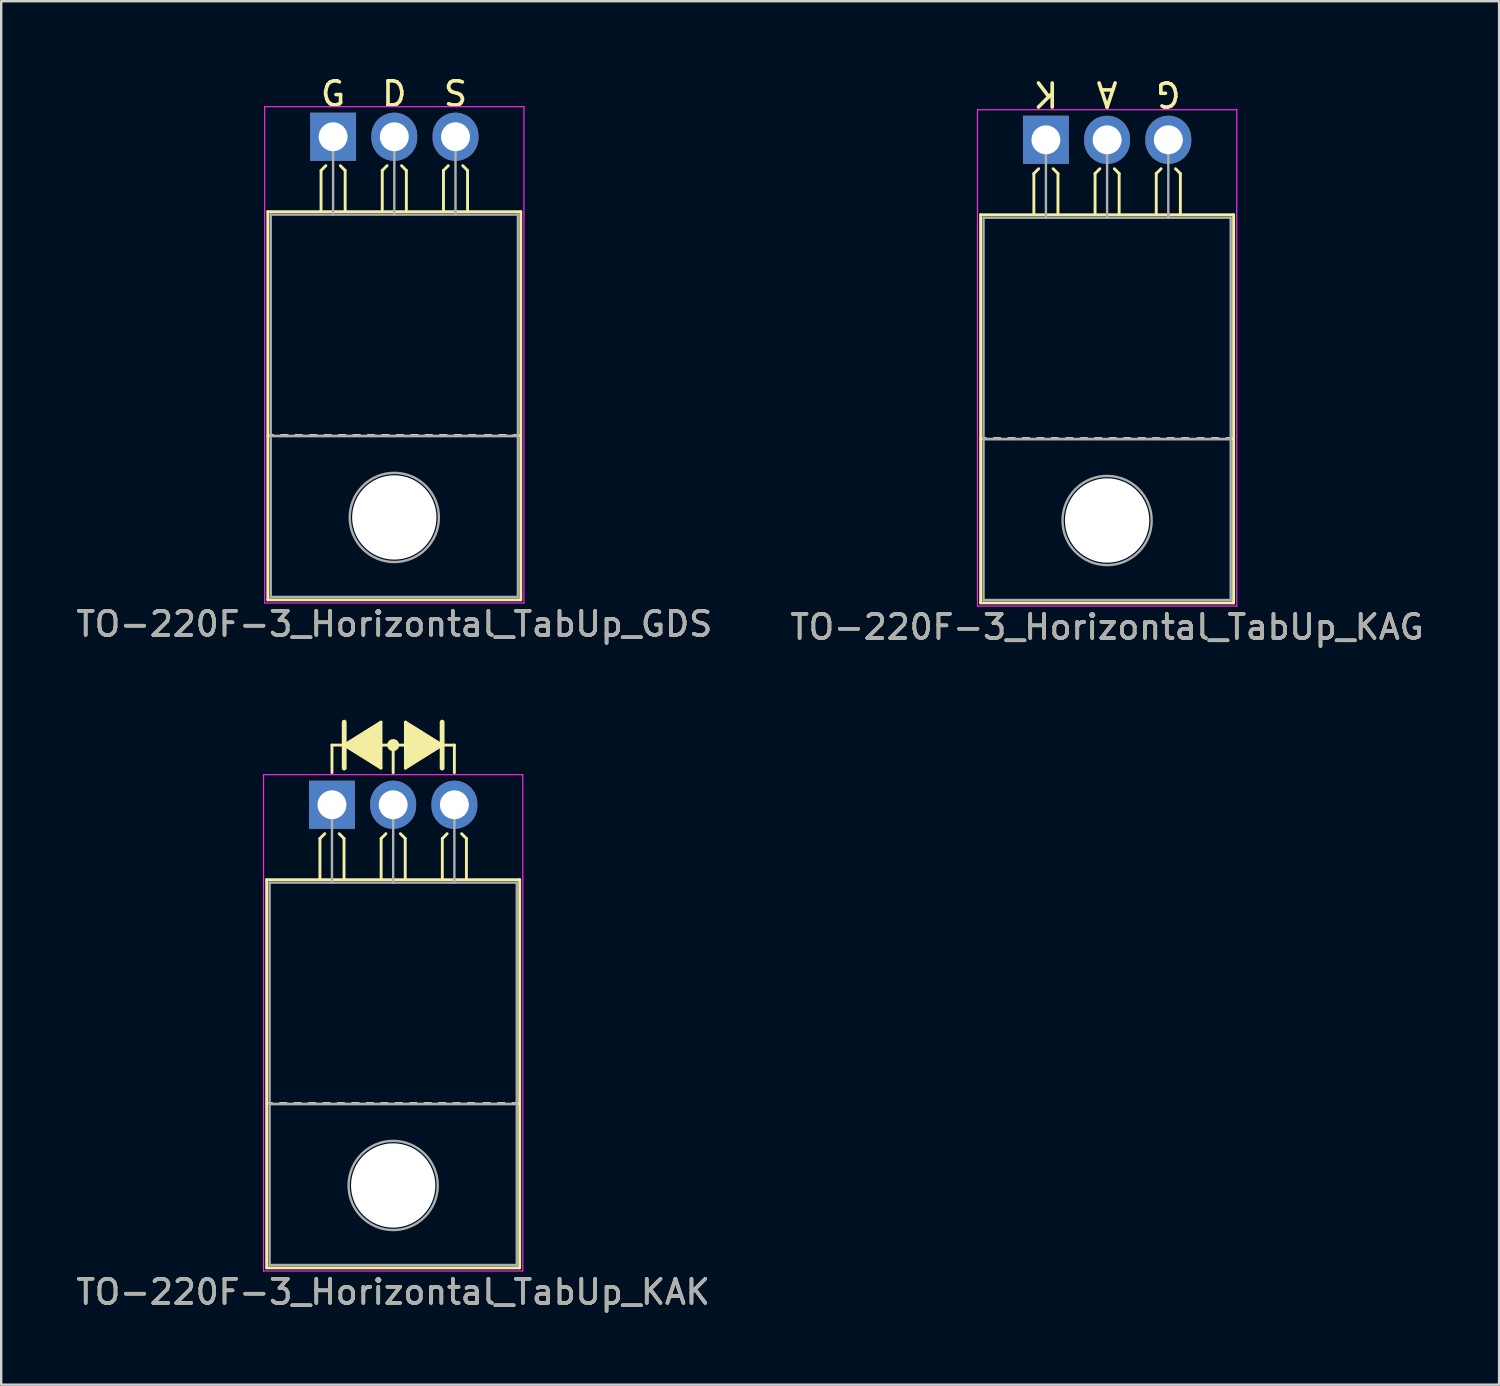
<source format=kicad_pcb>
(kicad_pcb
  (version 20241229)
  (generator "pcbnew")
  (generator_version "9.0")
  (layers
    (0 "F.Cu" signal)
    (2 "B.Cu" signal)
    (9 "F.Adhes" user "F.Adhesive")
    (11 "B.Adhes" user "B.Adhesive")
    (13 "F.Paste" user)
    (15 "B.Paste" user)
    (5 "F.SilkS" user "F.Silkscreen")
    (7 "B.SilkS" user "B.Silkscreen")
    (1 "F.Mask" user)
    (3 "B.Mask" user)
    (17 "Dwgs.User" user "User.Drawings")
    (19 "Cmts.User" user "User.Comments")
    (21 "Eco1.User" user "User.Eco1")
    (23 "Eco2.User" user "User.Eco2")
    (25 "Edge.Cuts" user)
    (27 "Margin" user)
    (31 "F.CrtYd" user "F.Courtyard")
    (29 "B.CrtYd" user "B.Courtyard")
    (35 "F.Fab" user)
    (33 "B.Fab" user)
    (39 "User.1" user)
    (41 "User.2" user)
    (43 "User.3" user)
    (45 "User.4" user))
  (footprint "TO-220F-3_Horizontal_TabUp_KAG"
    (layer "F.Cu")
    (at 40.359 2.753)
    (property "Reference" "TO-220F-3_Horizontal_TabUp_KAG" (at 2.54 20.22 0) (layer "F.SilkS") (effects (font (size 1 1) (thickness 0.15))))
    (fp_line (start -2.71 19.22) (end -2.71 3.11) (stroke (width 0.12) (type solid)) (layer "F.SilkS"))
    (fp_line (start -2.5 12.4) (end -2.7 12.4) (stroke (width 0.12) (type solid)) (layer "F.SilkS"))
    (fp_line (start -1.9 12.4) (end -2.15 12.4) (stroke (width 0.12) (type solid)) (layer "F.SilkS"))
    (fp_line (start -1.3 12.4) (end -1.55 12.4) (stroke (width 0.12) (type solid)) (layer "F.SilkS"))
    (fp_line (start -0.7 12.4) (end -0.95 12.4) (stroke (width 0.12) (type solid)) (layer "F.SilkS"))
    (fp_line (start -0.5 1.4) (end -0.3 1.2) (stroke (width 0.12) (type solid)) (layer "F.SilkS"))
    (fp_line (start -0.5 3.048) (end -0.5 1.4) (stroke (width 0.12) (type solid)) (layer "F.SilkS"))
    (fp_line (start -0.1 12.4) (end -0.35 12.4) (stroke (width 0.12) (type solid)) (layer "F.SilkS"))
    (fp_line (start 0.5 1.4) (end 0.3 1.2) (stroke (width 0.12) (type solid)) (layer "F.SilkS"))
    (fp_line (start 0.5 3.048) (end 0.5 1.4) (stroke (width 0.12) (type solid)) (layer "F.SilkS"))
    (fp_line (start 0.5 12.4) (end 0.25 12.4) (stroke (width 0.12) (type solid)) (layer "F.SilkS"))
    (fp_line (start 1.1 12.4) (end 0.85 12.4) (stroke (width 0.12) (type solid)) (layer "F.SilkS"))
    (fp_line (start 1.7 12.4) (end 1.45 12.4) (stroke (width 0.12) (type solid)) (layer "F.SilkS"))
    (fp_line (start 2.04 1.4) (end 2.24 1.2) (stroke (width 0.12) (type solid)) (layer "F.SilkS"))
    (fp_line (start 2.04 3.048) (end 2.04 1.4) (stroke (width 0.12) (type solid)) (layer "F.SilkS"))
    (fp_line (start 2.3 12.4) (end 2.05 12.4) (stroke (width 0.12) (type solid)) (layer "F.SilkS"))
    (fp_line (start 2.9 12.4) (end 2.65 12.4) (stroke (width 0.12) (type solid)) (layer "F.SilkS"))
    (fp_line (start 3.04 1.4) (end 2.84 1.2) (stroke (width 0.12) (type solid)) (layer "F.SilkS"))
    (fp_line (start 3.04 3.048) (end 3.04 1.4) (stroke (width 0.12) (type solid)) (layer "F.SilkS"))
    (fp_line (start 3.5 12.4) (end 3.25 12.4) (stroke (width 0.12) (type solid)) (layer "F.SilkS"))
    (fp_line (start 4.1 12.4) (end 3.85 12.4) (stroke (width 0.12) (type solid)) (layer "F.SilkS"))
    (fp_line (start 4.58 1.4) (end 4.78 1.2) (stroke (width 0.12) (type solid)) (layer "F.SilkS"))
    (fp_line (start 4.58 3.048) (end 4.58 1.4) (stroke (width 0.12) (type solid)) (layer "F.SilkS"))
    (fp_line (start 4.7 12.4) (end 4.45 12.4) (stroke (width 0.12) (type solid)) (layer "F.SilkS"))
    (fp_line (start 5.3 12.4) (end 5.05 12.4) (stroke (width 0.12) (type solid)) (layer "F.SilkS"))
    (fp_line (start 5.58 1.4) (end 5.38 1.2) (stroke (width 0.12) (type solid)) (layer "F.SilkS"))
    (fp_line (start 5.58 3.048) (end 5.58 1.4) (stroke (width 0.12) (type solid)) (layer "F.SilkS"))
    (fp_line (start 5.9 12.4) (end 5.65 12.4) (stroke (width 0.12) (type solid)) (layer "F.SilkS"))
    (fp_line (start 6.55 12.4) (end 6.3 12.4) (stroke (width 0.12) (type solid)) (layer "F.SilkS"))
    (fp_line (start 7.15 12.4) (end 6.9 12.4) (stroke (width 0.12) (type solid)) (layer "F.SilkS"))
    (fp_line (start 7.75 12.4) (end 7.5 12.4) (stroke (width 0.12) (type solid)) (layer "F.SilkS"))
    (fp_line (start 7.79 3.11) (end -2.71 3.11) (stroke (width 0.12) (type solid)) (layer "F.SilkS"))
    (fp_line (start 7.79 19.22) (end -2.71 19.22) (stroke (width 0.12) (type solid)) (layer "F.SilkS"))
    (fp_line (start 7.79 19.22) (end 7.79 3.11) (stroke (width 0.12) (type solid)) (layer "F.SilkS"))
    (fp_line (start -2.84 -1.25) (end -2.84 19.35) (stroke (width 0.05) (type solid)) (layer "F.CrtYd"))
    (fp_line (start -2.84 19.35) (end 7.92 19.35) (stroke (width 0.05) (type solid)) (layer "F.CrtYd"))
    (fp_line (start 7.92 -1.25) (end -2.84 -1.25) (stroke (width 0.05) (type solid)) (layer "F.CrtYd"))
    (fp_line (start 7.92 19.35) (end 7.92 -1.25) (stroke (width 0.05) (type solid)) (layer "F.CrtYd"))
    (fp_line (start -2.59 3.23) (end -2.59 12.42) (stroke (width 0.1) (type solid)) (layer "F.Fab"))
    (fp_line (start -2.59 12.42) (end -2.59 19.1) (stroke (width 0.1) (type solid)) (layer "F.Fab"))
    (fp_line (start -2.59 12.42) (end 7.67 12.42) (stroke (width 0.1) (type solid)) (layer "F.Fab"))
    (fp_line (start -2.59 19.1) (end 7.67 19.1) (stroke (width 0.1) (type solid)) (layer "F.Fab"))
    (fp_line (start 0 3.23) (end 0 0) (stroke (width 0.1) (type solid)) (layer "F.Fab"))
    (fp_line (start 2.54 3.23) (end 2.54 0) (stroke (width 0.1) (type solid)) (layer "F.Fab"))
    (fp_line (start 5.08 3.23) (end 5.08 0) (stroke (width 0.1) (type solid)) (layer "F.Fab"))
    (fp_line (start 7.67 3.23) (end -2.59 3.23) (stroke (width 0.1) (type solid)) (layer "F.Fab"))
    (fp_line (start 7.67 12.42) (end -2.59 12.42) (stroke (width 0.1) (type solid)) (layer "F.Fab"))
    (fp_line (start 7.67 12.42) (end 7.67 3.23) (stroke (width 0.1) (type solid)) (layer "F.Fab"))
    (fp_line (start 7.67 19.1) (end 7.67 12.42) (stroke (width 0.1) (type solid)) (layer "F.Fab"))
    (fp_circle (center 2.54 15.8) (end 4.39 15.8) (stroke (width 0.1) (type solid)) (fill no) (layer "F.Fab"))
    (fp_text user "G" (at 5.08 -1.905 180) (unlocked yes) (layer "F.SilkS") (effects (font (size 1 1) (thickness 0.15))))
    (fp_text user "A" (at 2.54 -1.905 180) (unlocked yes) (layer "F.SilkS") (effects (font (size 1 1) (thickness 0.15))))
    (fp_text user "K" (at 0 -1.905 180) (unlocked yes) (layer "F.SilkS") (effects (font (size 1 1) (thickness 0.15))))
    (fp_text user "${REFERENCE}" (at 2.54 20.22 0) (layer "F.Fab") (effects (font (size 1 1) (thickness 0.15))))
    (pad "" np_thru_hole oval (at 2.54 15.8) (size 3.5 3.5) (drill 3.5) (layers "*.Cu" "*.Mask"))
    (pad "1" thru_hole rect (at 0 0) (size 1.905 2) (drill 1.2) (layers "*.Cu" "*.Mask"))
    (pad "2" thru_hole oval (at 2.54 0) (size 1.905 2) (drill 1.2) (layers "*.Cu" "*.Mask"))
    (pad "3" thru_hole oval (at 5.08 0) (size 1.905 2) (drill 1.2) (layers "*.Cu" "*.Mask")))
  (footprint "TO-220F-3_Horizontal_TabUp_KAK"
    (layer "F.Cu")
    (at 10.728 30.351)
    (property "Reference" "TO-220F-3_Horizontal_TabUp_KAK" (at 2.54 20.22 0) (layer "F.SilkS") (effects (font (size 1 1) (thickness 0.15))))
    (attr through_hole)
    (fp_line (start -2.71 19.22) (end -2.71 3.11) (stroke (width 0.12) (type solid)) (layer "F.SilkS"))
    (fp_line (start -2.5 12.4) (end -2.7 12.4) (stroke (width 0.12) (type solid)) (layer "F.SilkS"))
    (fp_line (start -1.9 12.4) (end -2.15 12.4) (stroke (width 0.12) (type solid)) (layer "F.SilkS"))
    (fp_line (start -1.3 12.4) (end -1.55 12.4) (stroke (width 0.12) (type solid)) (layer "F.SilkS"))
    (fp_line (start -0.7 12.4) (end -0.95 12.4) (stroke (width 0.12) (type solid)) (layer "F.SilkS"))
    (fp_line (start -0.5 1.4) (end -0.3 1.2) (stroke (width 0.12) (type solid)) (layer "F.SilkS"))
    (fp_line (start -0.5 3.048) (end -0.5 1.4) (stroke (width 0.12) (type solid)) (layer "F.SilkS"))
    (fp_line (start -0.1 12.4) (end -0.35 12.4) (stroke (width 0.12) (type solid)) (layer "F.SilkS"))
    (fp_line (start 0 -2.477) (end 0.508 -2.477) (stroke (width 0.12) (type solid)) (layer "F.SilkS"))
    (fp_line (start 0 -1.333) (end 0 -2.477) (stroke (width 0.12) (type solid)) (layer "F.SilkS"))
    (fp_line (start 0.5 1.4) (end 0.3 1.2) (stroke (width 0.12) (type solid)) (layer "F.SilkS"))
    (fp_line (start 0.5 3.048) (end 0.5 1.4) (stroke (width 0.12) (type solid)) (layer "F.SilkS"))
    (fp_line (start 0.5 12.4) (end 0.25 12.4) (stroke (width 0.12) (type solid)) (layer "F.SilkS"))
    (fp_line (start 0.508 -3.429) (end 0.508 -1.524) (stroke (width 0.2) (type solid)) (layer "F.SilkS"))
    (fp_line (start 0.508 -2.477) (end 2.032 -1.524) (stroke (width 0.12) (type solid)) (layer "F.SilkS"))
    (fp_line (start 1.1 12.4) (end 0.85 12.4) (stroke (width 0.12) (type solid)) (layer "F.SilkS"))
    (fp_line (start 1.7 12.4) (end 1.45 12.4) (stroke (width 0.12) (type solid)) (layer "F.SilkS"))
    (fp_line (start 2.032 -3.429) (end 0.508 -2.477) (stroke (width 0.12) (type solid)) (layer "F.SilkS"))
    (fp_line (start 2.032 -1.524) (end 2.032 -3.429) (stroke (width 0.12) (type solid)) (layer "F.SilkS"))
    (fp_line (start 2.04 1.4) (end 2.24 1.2) (stroke (width 0.12) (type solid)) (layer "F.SilkS"))
    (fp_line (start 2.04 3.048) (end 2.04 1.4) (stroke (width 0.12) (type solid)) (layer "F.SilkS"))
    (fp_line (start 2.3 12.4) (end 2.05 12.4) (stroke (width 0.12) (type solid)) (layer "F.SilkS"))
    (fp_line (start 2.54 -2.477) (end 2.032 -2.477) (stroke (width 0.12) (type solid)) (layer "F.SilkS"))
    (fp_line (start 2.54 -2.477) (end 3.048 -2.477) (stroke (width 0.12) (type solid)) (layer "F.SilkS"))
    (fp_line (start 2.54 -1.333) (end 2.54 -2.477) (stroke (width 0.12) (type solid)) (layer "F.SilkS"))
    (fp_line (start 2.9 12.4) (end 2.65 12.4) (stroke (width 0.12) (type solid)) (layer "F.SilkS"))
    (fp_line (start 3.04 1.4) (end 2.84 1.2) (stroke (width 0.12) (type solid)) (layer "F.SilkS"))
    (fp_line (start 3.04 3.048) (end 3.04 1.4) (stroke (width 0.12) (type solid)) (layer "F.SilkS"))
    (fp_line (start 3.048 -3.239) (end 3.048 -3.429) (stroke (width 0.12) (type solid)) (layer "F.SilkS"))
    (fp_line (start 3.048 -3.239) (end 3.048 -1.714) (stroke (width 0.12) (type solid)) (layer "F.SilkS"))
    (fp_line (start 3.048 -1.714) (end 3.048 -1.524) (stroke (width 0.12) (type solid)) (layer "F.SilkS"))
    (fp_line (start 3.5 12.4) (end 3.25 12.4) (stroke (width 0.12) (type solid)) (layer "F.SilkS"))
    (fp_line (start 4.1 12.4) (end 3.85 12.4) (stroke (width 0.12) (type solid)) (layer "F.SilkS"))
    (fp_line (start 4.572 -2.477) (end 3.048 -3.429) (stroke (width 0.12) (type solid)) (layer "F.SilkS"))
    (fp_line (start 4.572 -2.477) (end 3.048 -1.524) (stroke (width 0.12) (type solid)) (layer "F.SilkS"))
    (fp_line (start 4.572 -1.524) (end 4.572 -3.429) (stroke (width 0.2) (type solid)) (layer "F.SilkS"))
    (fp_line (start 4.58 1.4) (end 4.78 1.2) (stroke (width 0.12) (type solid)) (layer "F.SilkS"))
    (fp_line (start 4.58 3.048) (end 4.58 1.4) (stroke (width 0.12) (type solid)) (layer "F.SilkS"))
    (fp_line (start 4.7 12.4) (end 4.45 12.4) (stroke (width 0.12) (type solid)) (layer "F.SilkS"))
    (fp_line (start 5.08 -2.477) (end 4.572 -2.477) (stroke (width 0.12) (type solid)) (layer "F.SilkS"))
    (fp_line (start 5.08 -1.333) (end 5.08 -2.477) (stroke (width 0.12) (type solid)) (layer "F.SilkS"))
    (fp_line (start 5.3 12.4) (end 5.05 12.4) (stroke (width 0.12) (type solid)) (layer "F.SilkS"))
    (fp_line (start 5.58 1.4) (end 5.38 1.2) (stroke (width 0.12) (type solid)) (layer "F.SilkS"))
    (fp_line (start 5.58 3.048) (end 5.58 1.4) (stroke (width 0.12) (type solid)) (layer "F.SilkS"))
    (fp_line (start 5.9 12.4) (end 5.65 12.4) (stroke (width 0.12) (type solid)) (layer "F.SilkS"))
    (fp_line (start 6.55 12.4) (end 6.3 12.4) (stroke (width 0.12) (type solid)) (layer "F.SilkS"))
    (fp_line (start 7.15 12.4) (end 6.9 12.4) (stroke (width 0.12) (type solid)) (layer "F.SilkS"))
    (fp_line (start 7.75 12.4) (end 7.5 12.4) (stroke (width 0.12) (type solid)) (layer "F.SilkS"))
    (fp_line (start 7.79 3.11) (end -2.71 3.11) (stroke (width 0.12) (type solid)) (layer "F.SilkS"))
    (fp_line (start 7.79 19.22) (end -2.71 19.22) (stroke (width 0.12) (type solid)) (layer "F.SilkS"))
    (fp_line (start 7.79 19.22) (end 7.79 3.11) (stroke (width 0.12) (type solid)) (layer "F.SilkS"))
    (fp_circle (center 2.54 -2.477) (end 2.54 -2.667) (stroke (width 0.12) (type solid)) (fill no) (layer "F.SilkS"))
    (fp_circle (center 2.54 -2.477) (end 2.54 -2.603) (stroke (width 0.12) (type solid)) (fill no) (layer "F.SilkS"))
    (fp_circle (center 2.54 -2.477) (end 2.54 -2.54) (stroke (width 0.12) (type solid)) (fill no) (layer "F.SilkS"))
    (fp_poly (pts (xy 2.032 -1.524) (xy 0.508 -2.477) (xy 2.032 -3.429)) (stroke (width 0.1) (type solid)) (fill yes) (layer "F.SilkS"))
    (fp_poly (pts (xy 4.572 -2.477) (xy 3.048 -1.524) (xy 3.048 -3.429)) (stroke (width 0.1) (type solid)) (fill yes) (layer "F.SilkS"))
    (fp_line (start -2.84 -1.25) (end -2.84 19.35) (stroke (width 0.05) (type solid)) (layer "F.CrtYd"))
    (fp_line (start -2.84 19.35) (end 7.92 19.35) (stroke (width 0.05) (type solid)) (layer "F.CrtYd"))
    (fp_line (start 7.92 -1.25) (end -2.84 -1.25) (stroke (width 0.05) (type solid)) (layer "F.CrtYd"))
    (fp_line (start 7.92 19.35) (end 7.92 -1.25) (stroke (width 0.05) (type solid)) (layer "F.CrtYd"))
    (fp_line (start -2.59 3.23) (end -2.59 12.42) (stroke (width 0.1) (type solid)) (layer "F.Fab"))
    (fp_line (start -2.59 12.42) (end -2.59 19.1) (stroke (width 0.1) (type solid)) (layer "F.Fab"))
    (fp_line (start -2.59 12.42) (end 7.67 12.42) (stroke (width 0.1) (type solid)) (layer "F.Fab"))
    (fp_line (start -2.59 19.1) (end 7.67 19.1) (stroke (width 0.1) (type solid)) (layer "F.Fab"))
    (fp_line (start 0 3.23) (end 0 0) (stroke (width 0.1) (type solid)) (layer "F.Fab"))
    (fp_line (start 2.54 3.23) (end 2.54 0) (stroke (width 0.1) (type solid)) (layer "F.Fab"))
    (fp_line (start 5.08 3.23) (end 5.08 0) (stroke (width 0.1) (type solid)) (layer "F.Fab"))
    (fp_line (start 7.67 3.23) (end -2.59 3.23) (stroke (width 0.1) (type solid)) (layer "F.Fab"))
    (fp_line (start 7.67 12.42) (end -2.59 12.42) (stroke (width 0.1) (type solid)) (layer "F.Fab"))
    (fp_line (start 7.67 12.42) (end 7.67 3.23) (stroke (width 0.1) (type solid)) (layer "F.Fab"))
    (fp_line (start 7.67 19.1) (end 7.67 12.42) (stroke (width 0.1) (type solid)) (layer "F.Fab"))
    (fp_circle (center 2.54 15.8) (end 4.39 15.8) (stroke (width 0.1) (type solid)) (fill no) (layer "F.Fab"))
    (fp_text user "${REFERENCE}" (at 2.54 20.22 0) (layer "F.Fab") (effects (font (size 1 1) (thickness 0.15))))
    (pad "" np_thru_hole oval (at 2.54 15.8) (size 3.5 3.5) (drill 3.5) (layers "*.Cu" "*.Mask"))
    (pad "1" thru_hole rect (at 0 0) (size 1.905 2) (drill 1.2) (layers "*.Cu" "*.Mask"))
    (pad "2" thru_hole oval (at 2.54 0) (size 1.905 2) (drill 1.2) (layers "*.Cu" "*.Mask"))
    (pad "3" thru_hole oval (at 5.08 0) (size 1.905 2) (drill 1.2) (layers "*.Cu" "*.Mask")))
  (footprint "TO-220F-3_Horizontal_TabUp_GDS"
    (layer "F.Cu")
    (at 10.775 2.626)
    (property "Reference" "TO-220F-3_Horizontal_TabUp_GDS" (at 2.54 20.22 0) (layer "F.SilkS") (effects (font (size 1 1) (thickness 0.15))))
    (fp_line (start -2.71 19.22) (end -2.71 3.11) (stroke (width 0.12) (type solid)) (layer "F.SilkS"))
    (fp_line (start -2.5 12.4) (end -2.7 12.4) (stroke (width 0.12) (type solid)) (layer "F.SilkS"))
    (fp_line (start -1.9 12.4) (end -2.15 12.4) (stroke (width 0.12) (type solid)) (layer "F.SilkS"))
    (fp_line (start -1.3 12.4) (end -1.55 12.4) (stroke (width 0.12) (type solid)) (layer "F.SilkS"))
    (fp_line (start -0.7 12.4) (end -0.95 12.4) (stroke (width 0.12) (type solid)) (layer "F.SilkS"))
    (fp_line (start -0.5 1.4) (end -0.3 1.2) (stroke (width 0.12) (type solid)) (layer "F.SilkS"))
    (fp_line (start -0.5 3.048) (end -0.5 1.4) (stroke (width 0.12) (type solid)) (layer "F.SilkS"))
    (fp_line (start -0.1 12.4) (end -0.35 12.4) (stroke (width 0.12) (type solid)) (layer "F.SilkS"))
    (fp_line (start 0.5 1.4) (end 0.3 1.2) (stroke (width 0.12) (type solid)) (layer "F.SilkS"))
    (fp_line (start 0.5 3.048) (end 0.5 1.4) (stroke (width 0.12) (type solid)) (layer "F.SilkS"))
    (fp_line (start 0.5 12.4) (end 0.25 12.4) (stroke (width 0.12) (type solid)) (layer "F.SilkS"))
    (fp_line (start 1.1 12.4) (end 0.85 12.4) (stroke (width 0.12) (type solid)) (layer "F.SilkS"))
    (fp_line (start 1.7 12.4) (end 1.45 12.4) (stroke (width 0.12) (type solid)) (layer "F.SilkS"))
    (fp_line (start 2.04 1.4) (end 2.24 1.2) (stroke (width 0.12) (type solid)) (layer "F.SilkS"))
    (fp_line (start 2.04 3.048) (end 2.04 1.4) (stroke (width 0.12) (type solid)) (layer "F.SilkS"))
    (fp_line (start 2.3 12.4) (end 2.05 12.4) (stroke (width 0.12) (type solid)) (layer "F.SilkS"))
    (fp_line (start 2.9 12.4) (end 2.65 12.4) (stroke (width 0.12) (type solid)) (layer "F.SilkS"))
    (fp_line (start 3.04 1.4) (end 2.84 1.2) (stroke (width 0.12) (type solid)) (layer "F.SilkS"))
    (fp_line (start 3.04 3.048) (end 3.04 1.4) (stroke (width 0.12) (type solid)) (layer "F.SilkS"))
    (fp_line (start 3.5 12.4) (end 3.25 12.4) (stroke (width 0.12) (type solid)) (layer "F.SilkS"))
    (fp_line (start 4.1 12.4) (end 3.85 12.4) (stroke (width 0.12) (type solid)) (layer "F.SilkS"))
    (fp_line (start 4.58 1.4) (end 4.78 1.2) (stroke (width 0.12) (type solid)) (layer "F.SilkS"))
    (fp_line (start 4.58 3.048) (end 4.58 1.4) (stroke (width 0.12) (type solid)) (layer "F.SilkS"))
    (fp_line (start 4.7 12.4) (end 4.45 12.4) (stroke (width 0.12) (type solid)) (layer "F.SilkS"))
    (fp_line (start 5.3 12.4) (end 5.05 12.4) (stroke (width 0.12) (type solid)) (layer "F.SilkS"))
    (fp_line (start 5.58 1.4) (end 5.38 1.2) (stroke (width 0.12) (type solid)) (layer "F.SilkS"))
    (fp_line (start 5.58 3.048) (end 5.58 1.4) (stroke (width 0.12) (type solid)) (layer "F.SilkS"))
    (fp_line (start 5.9 12.4) (end 5.65 12.4) (stroke (width 0.12) (type solid)) (layer "F.SilkS"))
    (fp_line (start 6.55 12.4) (end 6.3 12.4) (stroke (width 0.12) (type solid)) (layer "F.SilkS"))
    (fp_line (start 7.15 12.4) (end 6.9 12.4) (stroke (width 0.12) (type solid)) (layer "F.SilkS"))
    (fp_line (start 7.75 12.4) (end 7.5 12.4) (stroke (width 0.12) (type solid)) (layer "F.SilkS"))
    (fp_line (start 7.79 3.11) (end -2.71 3.11) (stroke (width 0.12) (type solid)) (layer "F.SilkS"))
    (fp_line (start 7.79 19.22) (end -2.71 19.22) (stroke (width 0.12) (type solid)) (layer "F.SilkS"))
    (fp_line (start 7.79 19.22) (end 7.79 3.11) (stroke (width 0.12) (type solid)) (layer "F.SilkS"))
    (fp_line (start -2.84 -1.25) (end -2.84 19.35) (stroke (width 0.05) (type solid)) (layer "F.CrtYd"))
    (fp_line (start -2.84 19.35) (end 7.92 19.35) (stroke (width 0.05) (type solid)) (layer "F.CrtYd"))
    (fp_line (start 7.92 -1.25) (end -2.84 -1.25) (stroke (width 0.05) (type solid)) (layer "F.CrtYd"))
    (fp_line (start 7.92 19.35) (end 7.92 -1.25) (stroke (width 0.05) (type solid)) (layer "F.CrtYd"))
    (fp_line (start -2.59 3.23) (end -2.59 12.42) (stroke (width 0.1) (type solid)) (layer "F.Fab"))
    (fp_line (start -2.59 12.42) (end -2.59 19.1) (stroke (width 0.1) (type solid)) (layer "F.Fab"))
    (fp_line (start -2.59 12.42) (end 7.67 12.42) (stroke (width 0.1) (type solid)) (layer "F.Fab"))
    (fp_line (start -2.59 19.1) (end 7.67 19.1) (stroke (width 0.1) (type solid)) (layer "F.Fab"))
    (fp_line (start 0 3.23) (end 0 0) (stroke (width 0.1) (type solid)) (layer "F.Fab"))
    (fp_line (start 2.54 3.23) (end 2.54 0) (stroke (width 0.1) (type solid)) (layer "F.Fab"))
    (fp_line (start 5.08 3.23) (end 5.08 0) (stroke (width 0.1) (type solid)) (layer "F.Fab"))
    (fp_line (start 7.67 3.23) (end -2.59 3.23) (stroke (width 0.1) (type solid)) (layer "F.Fab"))
    (fp_line (start 7.67 12.42) (end -2.59 12.42) (stroke (width 0.1) (type solid)) (layer "F.Fab"))
    (fp_line (start 7.67 12.42) (end 7.67 3.23) (stroke (width 0.1) (type solid)) (layer "F.Fab"))
    (fp_line (start 7.67 19.1) (end 7.67 12.42) (stroke (width 0.1) (type solid)) (layer "F.Fab"))
    (fp_circle (center 2.54 15.8) (end 4.39 15.8) (stroke (width 0.1) (type solid)) (fill no) (layer "F.Fab"))
    (fp_text user "D" (at 2.54 -1.778 0) (layer "F.SilkS") (effects (font (size 1 1) (thickness 0.15))))
    (fp_text user "G" (at 0 -1.778 0) (layer "F.SilkS") (effects (font (size 1 1) (thickness 0.15))))
    (fp_text user "S" (at 5.08 -1.778 0) (layer "F.SilkS") (effects (font (size 1 1) (thickness 0.15))))
    (fp_text user "${REFERENCE}" (at 2.54 20.22 0) (layer "F.Fab") (effects (font (size 1 1) (thickness 0.15))))
    (pad "" np_thru_hole oval (at 2.54 15.8) (size 3.5 3.5) (drill 3.5) (layers "*.Cu" "*.Mask"))
    (pad "1" thru_hole rect (at 0 0) (size 1.905 2) (drill 1.2) (layers "*.Cu" "*.Mask"))
    (pad "2" thru_hole oval (at 2.54 0) (size 1.905 2) (drill 1.2) (layers "*.Cu" "*.Mask"))
    (pad "3" thru_hole oval (at 5.08 0) (size 1.905 2) (drill 1.2) (layers "*.Cu" "*.Mask")))
  (gr_rect
    (start -3 -3)
    (end 59.167 54.419)
    (stroke (width 0.1) (type default))
    (fill no)
    (layer "Edge.Cuts")))
</source>
